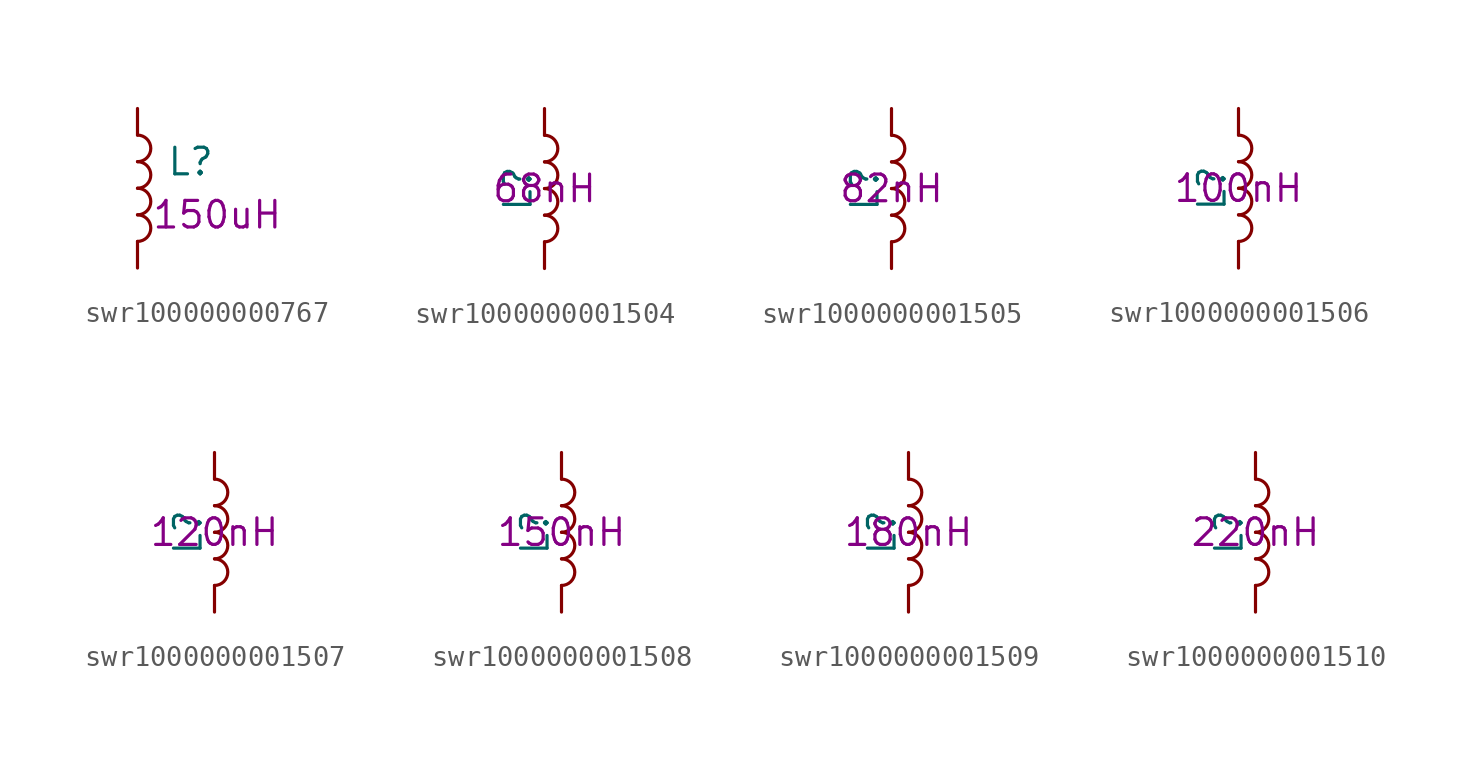
<source format=kicad_sym>
(kicad_symbol_lib
  (version 20220914)
  (generator kicad_symbol_editor)
  (symbol "swr100000000767"
    (pin_numbers hide)
    (pin_names
      (offset 1.016) hide)
    (property "Reference" "L"
      (at 2.54 1.27 0)
      (effects (font (size 1.27 1.27))))
    (property "PartValue" "150uH"
      (at 3.81 -1.27 0)
      (effects (font (size 1.27 1.27))))
    (symbol "swr100000000767_0_1"
      (arc (start 0 -2.54) (mid 0.6323 -1.905) (end 0 -1.27) (stroke (width 0) (type default)) (fill (type none)))
      (arc (start 0 -1.27) (mid 0.6323 -0.635) (end 0 0) (stroke (width 0) (type default)) (fill (type none)))
      (arc (start 0 0) (mid 0.6323 0.635) (end 0 1.27) (stroke (width 0) (type default)) (fill (type none)))
      (arc (start 0 1.27) (mid 0.6323 1.905) (end 0 2.54) (stroke (width 0) (type default)) (fill (type none))))
    (symbol "swr100000000767_1_1"
      (pin passive line (at 0 3.81 270) (length 1.27) (name "1" (effects (font (size 1.27 1.27)))) (number "1" (effects (font (size 1.27 1.27)))))
      (pin passive line (at 0 -3.81 90) (length 1.27) (name "2" (effects (font (size 1.27 1.27)))) (number "2" (effects (font (size 1.27 1.27)))))))
  (symbol "swr1000000001504"
    (pin_numbers hide)
    (pin_names
      (offset 1.016) hide)
    (property "Reference" "L"
      (at -1.27 0 90)
      (effects (font (size 1.27 1.27))))
    (property "PartValue" "68nH"
      (at 0 0 0)
      (effects (font (size 1.27 1.27))))
    (symbol "swr1000000001504_0_1"
      (arc (start 0 -2.54) (mid 0.6323 -1.905) (end 0 -1.27) (stroke (width 0) (type default)) (fill (type none)))
      (arc (start 0 -1.27) (mid 0.6323 -0.635) (end 0 0) (stroke (width 0) (type default)) (fill (type none)))
      (arc (start 0 0) (mid 0.6323 0.635) (end 0 1.27) (stroke (width 0) (type default)) (fill (type none)))
      (arc (start 0 1.27) (mid 0.6323 1.905) (end 0 2.54) (stroke (width 0) (type default)) (fill (type none))))
    (symbol "swr1000000001504_1_1"
      (pin passive line (at 0 3.81 270) (length 1.27) (name "1" (effects (font (size 1.27 1.27)))) (number "1" (effects (font (size 1.27 1.27)))))
      (pin passive line (at 0 -3.81 90) (length 1.27) (name "2" (effects (font (size 1.27 1.27)))) (number "2" (effects (font (size 1.27 1.27)))))))
  (symbol "swr1000000001505"
    (pin_numbers hide)
    (pin_names
      (offset 1.016) hide)
    (property "Reference" "L"
      (at -1.27 0 90)
      (effects (font (size 1.27 1.27))))
    (property "PartValue" "82nH"
      (at 0 0 0)
      (effects (font (size 1.27 1.27))))
    (symbol "swr1000000001505_0_1"
      (arc (start 0 -2.54) (mid 0.6323 -1.905) (end 0 -1.27) (stroke (width 0) (type default)) (fill (type none)))
      (arc (start 0 -1.27) (mid 0.6323 -0.635) (end 0 0) (stroke (width 0) (type default)) (fill (type none)))
      (arc (start 0 0) (mid 0.6323 0.635) (end 0 1.27) (stroke (width 0) (type default)) (fill (type none)))
      (arc (start 0 1.27) (mid 0.6323 1.905) (end 0 2.54) (stroke (width 0) (type default)) (fill (type none))))
    (symbol "swr1000000001505_1_1"
      (pin passive line (at 0 3.81 270) (length 1.27) (name "1" (effects (font (size 1.27 1.27)))) (number "1" (effects (font (size 1.27 1.27)))))
      (pin passive line (at 0 -3.81 90) (length 1.27) (name "2" (effects (font (size 1.27 1.27)))) (number "2" (effects (font (size 1.27 1.27)))))))
  (symbol "swr1000000001506"
    (pin_numbers hide)
    (pin_names
      (offset 1.016) hide)
    (property "Reference" "L"
      (at -1.27 0 90)
      (effects (font (size 1.27 1.27))))
    (property "PartValue" "100nH"
      (at 0 0 0)
      (effects (font (size 1.27 1.27))))
    (symbol "swr1000000001506_0_1"
      (arc (start 0 -2.54) (mid 0.6323 -1.905) (end 0 -1.27) (stroke (width 0) (type default)) (fill (type none)))
      (arc (start 0 -1.27) (mid 0.6323 -0.635) (end 0 0) (stroke (width 0) (type default)) (fill (type none)))
      (arc (start 0 0) (mid 0.6323 0.635) (end 0 1.27) (stroke (width 0) (type default)) (fill (type none)))
      (arc (start 0 1.27) (mid 0.6323 1.905) (end 0 2.54) (stroke (width 0) (type default)) (fill (type none))))
    (symbol "swr1000000001506_1_1"
      (pin passive line (at 0 3.81 270) (length 1.27) (name "1" (effects (font (size 1.27 1.27)))) (number "1" (effects (font (size 1.27 1.27)))))
      (pin passive line (at 0 -3.81 90) (length 1.27) (name "2" (effects (font (size 1.27 1.27)))) (number "2" (effects (font (size 1.27 1.27)))))))
  (symbol "swr1000000001507"
    (pin_numbers hide)
    (pin_names
      (offset 1.016) hide)
    (property "Reference" "L"
      (at -1.27 0 90)
      (effects (font (size 1.27 1.27))))
    (property "PartValue" "120nH"
      (at 0 0 0)
      (effects (font (size 1.27 1.27))))
    (symbol "swr1000000001507_0_1"
      (arc (start 0 -2.54) (mid 0.6323 -1.905) (end 0 -1.27) (stroke (width 0) (type default)) (fill (type none)))
      (arc (start 0 -1.27) (mid 0.6323 -0.635) (end 0 0) (stroke (width 0) (type default)) (fill (type none)))
      (arc (start 0 0) (mid 0.6323 0.635) (end 0 1.27) (stroke (width 0) (type default)) (fill (type none)))
      (arc (start 0 1.27) (mid 0.6323 1.905) (end 0 2.54) (stroke (width 0) (type default)) (fill (type none))))
    (symbol "swr1000000001507_1_1"
      (pin passive line (at 0 3.81 270) (length 1.27) (name "1" (effects (font (size 1.27 1.27)))) (number "1" (effects (font (size 1.27 1.27)))))
      (pin passive line (at 0 -3.81 90) (length 1.27) (name "2" (effects (font (size 1.27 1.27)))) (number "2" (effects (font (size 1.27 1.27)))))))
  (symbol "swr1000000001508"
    (pin_numbers hide)
    (pin_names
      (offset 1.016) hide)
    (property "Reference" "L"
      (at -1.27 0 90)
      (effects (font (size 1.27 1.27))))
    (property "PartValue" "150nH"
      (at 0 0 0)
      (effects (font (size 1.27 1.27))))
    (symbol "swr1000000001508_0_1"
      (arc (start 0 -2.54) (mid 0.6323 -1.905) (end 0 -1.27) (stroke (width 0) (type default)) (fill (type none)))
      (arc (start 0 -1.27) (mid 0.6323 -0.635) (end 0 0) (stroke (width 0) (type default)) (fill (type none)))
      (arc (start 0 0) (mid 0.6323 0.635) (end 0 1.27) (stroke (width 0) (type default)) (fill (type none)))
      (arc (start 0 1.27) (mid 0.6323 1.905) (end 0 2.54) (stroke (width 0) (type default)) (fill (type none))))
    (symbol "swr1000000001508_1_1"
      (pin passive line (at 0 3.81 270) (length 1.27) (name "1" (effects (font (size 1.27 1.27)))) (number "1" (effects (font (size 1.27 1.27)))))
      (pin passive line (at 0 -3.81 90) (length 1.27) (name "2" (effects (font (size 1.27 1.27)))) (number "2" (effects (font (size 1.27 1.27)))))))
  (symbol "swr1000000001509"
    (pin_numbers hide)
    (pin_names
      (offset 1.016) hide)
    (property "Reference" "L"
      (at -1.27 0 90)
      (effects (font (size 1.27 1.27))))
    (property "PartValue" "180nH"
      (at 0 0 0)
      (effects (font (size 1.27 1.27))))
    (symbol "swr1000000001509_0_1"
      (arc (start 0 -2.54) (mid 0.6323 -1.905) (end 0 -1.27) (stroke (width 0) (type default)) (fill (type none)))
      (arc (start 0 -1.27) (mid 0.6323 -0.635) (end 0 0) (stroke (width 0) (type default)) (fill (type none)))
      (arc (start 0 0) (mid 0.6323 0.635) (end 0 1.27) (stroke (width 0) (type default)) (fill (type none)))
      (arc (start 0 1.27) (mid 0.6323 1.905) (end 0 2.54) (stroke (width 0) (type default)) (fill (type none))))
    (symbol "swr1000000001509_1_1"
      (pin passive line (at 0 3.81 270) (length 1.27) (name "1" (effects (font (size 1.27 1.27)))) (number "1" (effects (font (size 1.27 1.27)))))
      (pin passive line (at 0 -3.81 90) (length 1.27) (name "2" (effects (font (size 1.27 1.27)))) (number "2" (effects (font (size 1.27 1.27)))))))
  (symbol "swr1000000001510"
    (pin_numbers hide)
    (pin_names
      (offset 1.016) hide)
    (property "Reference" "L"
      (at -1.27 0 90)
      (effects (font (size 1.27 1.27))))
    (property "PartValue" "220nH"
      (at 0 0 0)
      (effects (font (size 1.27 1.27))))
    (symbol "swr1000000001510_0_1"
      (arc (start 0 -2.54) (mid 0.6323 -1.905) (end 0 -1.27) (stroke (width 0) (type default)) (fill (type none)))
      (arc (start 0 -1.27) (mid 0.6323 -0.635) (end 0 0) (stroke (width 0) (type default)) (fill (type none)))
      (arc (start 0 0) (mid 0.6323 0.635) (end 0 1.27) (stroke (width 0) (type default)) (fill (type none)))
      (arc (start 0 1.27) (mid 0.6323 1.905) (end 0 2.54) (stroke (width 0) (type default)) (fill (type none))))
    (symbol "swr1000000001510_1_1"
      (pin passive line (at 0 3.81 270) (length 1.27) (name "1" (effects (font (size 1.27 1.27)))) (number "1" (effects (font (size 1.27 1.27)))))
      (pin passive line (at 0 -3.81 90) (length 1.27) (name "2" (effects (font (size 1.27 1.27)))) (number "2" (effects (font (size 1.27 1.27))))))))
</source>
